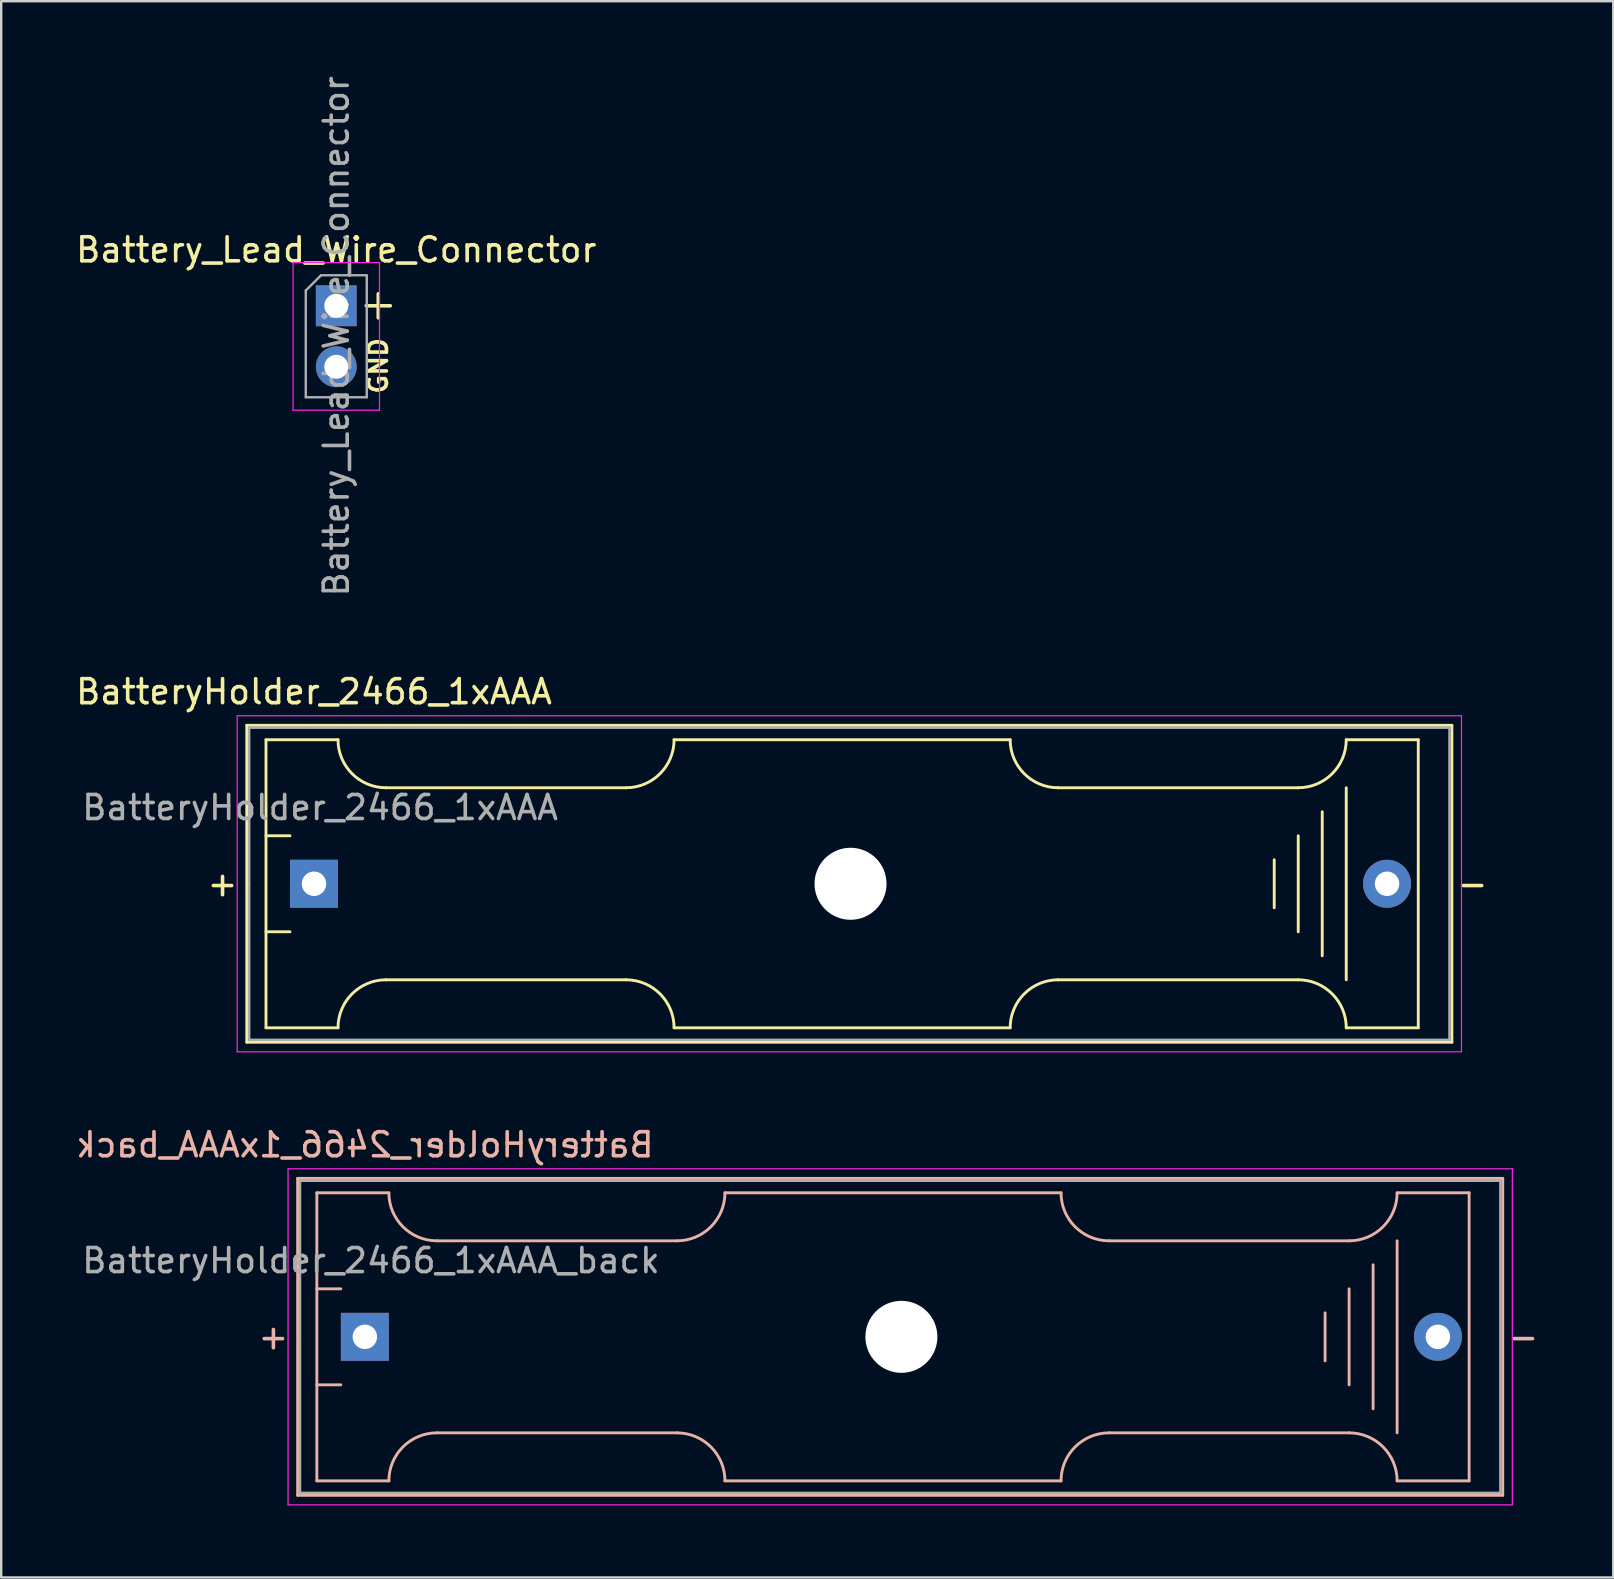
<source format=kicad_pcb>
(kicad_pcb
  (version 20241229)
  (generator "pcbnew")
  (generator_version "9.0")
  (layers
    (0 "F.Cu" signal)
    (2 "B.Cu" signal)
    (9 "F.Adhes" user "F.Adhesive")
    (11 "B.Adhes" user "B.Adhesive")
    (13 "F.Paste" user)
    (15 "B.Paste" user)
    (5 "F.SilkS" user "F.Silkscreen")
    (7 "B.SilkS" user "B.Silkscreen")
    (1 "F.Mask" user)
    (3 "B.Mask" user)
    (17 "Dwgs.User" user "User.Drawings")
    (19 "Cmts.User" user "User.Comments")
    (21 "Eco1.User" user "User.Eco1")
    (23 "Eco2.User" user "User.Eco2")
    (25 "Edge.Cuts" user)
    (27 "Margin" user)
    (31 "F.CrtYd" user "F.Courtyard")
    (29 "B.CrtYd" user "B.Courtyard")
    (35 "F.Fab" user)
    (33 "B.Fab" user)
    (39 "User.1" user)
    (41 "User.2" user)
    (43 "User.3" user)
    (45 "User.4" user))
  (footprint "Battery_Lead_Wire_Connector"
    (layer "F.Cu")
    (at 10.958 9.688)
    (property "Reference" "Battery_Lead_Wire_Connector" (at 0 -2.33 0) (layer "F.SilkS") (effects (font (size 1 1) (thickness 0.15))))
    (attr through_hole)
    (fp_line (start 1.25 0) (end 2.25 0) (stroke (width 0.15) (type solid)) (layer "F.SilkS"))
    (fp_line (start 1.75 -0.5) (end 1.75 0.5) (stroke (width 0.15) (type solid)) (layer "F.SilkS"))
    (fp_line (start -1.8 -1.8) (end -1.8 4.35) (stroke (width 0.05) (type solid)) (layer "F.CrtYd"))
    (fp_line (start -1.8 4.35) (end 1.8 4.35) (stroke (width 0.05) (type solid)) (layer "F.CrtYd"))
    (fp_line (start 1.8 -1.8) (end -1.8 -1.8) (stroke (width 0.05) (type solid)) (layer "F.CrtYd"))
    (fp_line (start 1.8 4.35) (end 1.8 -1.8) (stroke (width 0.05) (type solid)) (layer "F.CrtYd"))
    (fp_line (start -1.27 -0.635) (end -0.635 -1.27) (stroke (width 0.1) (type solid)) (layer "F.Fab"))
    (fp_line (start -1.27 3.81) (end -1.27 -0.635) (stroke (width 0.1) (type solid)) (layer "F.Fab"))
    (fp_line (start -0.635 -1.27) (end 1.27 -1.27) (stroke (width 0.1) (type solid)) (layer "F.Fab"))
    (fp_line (start 1.27 -1.27) (end 1.27 3.81) (stroke (width 0.1) (type solid)) (layer "F.Fab"))
    (fp_line (start 1.27 3.81) (end -1.27 3.81) (stroke (width 0.1) (type solid)) (layer "F.Fab"))
    (fp_text user "GND" (at 1.75 2.5 90) (unlocked yes) (layer "F.SilkS") (effects (font (size 0.75 0.75) (thickness 0.15))))
    (fp_text user "${REFERENCE}" (at 0 1.27 90) (layer "F.Fab") (effects (font (size 1 1) (thickness 0.15))))
    (pad "1" thru_hole rect (at 0 0) (size 1.7 1.7) (drill 1) (layers "*.Cu" "*.Mask"))
    (pad "2" thru_hole oval (at 0 2.54) (size 1.7 1.7) (drill 1) (layers "*.Cu" "*.Mask")))
  (footprint "BatteryHolder_2466_1xAAA_back"
    (layer "F.Cu")
    (at 12.149 52.638)
    (property "Reference" "BatteryHolder_2466_1xAAA_back" (at 0 -8 180) (layer "B.SilkS") (effects (font (size 1 1) (thickness 0.15)) (justify mirror)))
    (attr through_hole)
    (fp_line (start -2.8 -6.6) (end -2.8 6.6) (stroke (width 0.12) (type solid)) (layer "B.SilkS"))
    (fp_line (start -2.8 6.6) (end 47.4 6.6) (stroke (width 0.12) (type solid)) (layer "B.SilkS"))
    (fp_line (start -2 -6) (end -2 6) (stroke (width 0.12) (type solid)) (layer "B.SilkS"))
    (fp_line (start -2 -6) (end 1 -6) (stroke (width 0.12) (type solid)) (layer "B.SilkS"))
    (fp_line (start -2 -2) (end -1 -2) (stroke (width 0.12) (type solid)) (layer "B.SilkS"))
    (fp_line (start -2 6) (end 1 6) (stroke (width 0.12) (type solid)) (layer "B.SilkS"))
    (fp_line (start -1 2) (end -2 2) (stroke (width 0.12) (type solid)) (layer "B.SilkS"))
    (fp_line (start 3 -4) (end 13 -4) (stroke (width 0.12) (type solid)) (layer "B.SilkS"))
    (fp_line (start 3 4) (end 13 4) (stroke (width 0.12) (type solid)) (layer "B.SilkS"))
    (fp_line (start 15 6) (end 29 6) (stroke (width 0.12) (type solid)) (layer "B.SilkS"))
    (fp_line (start 29 -6) (end 15 -6) (stroke (width 0.12) (type solid)) (layer "B.SilkS"))
    (fp_line (start 40 -1) (end 40 1) (stroke (width 0.12) (type solid)) (layer "B.SilkS"))
    (fp_line (start 41 -4) (end 31 -4) (stroke (width 0.12) (type solid)) (layer "B.SilkS"))
    (fp_line (start 41 -2) (end 41 2) (stroke (width 0.12) (type solid)) (layer "B.SilkS"))
    (fp_line (start 41 4) (end 31 4) (stroke (width 0.12) (type solid)) (layer "B.SilkS"))
    (fp_line (start 42 3) (end 42 -3) (stroke (width 0.12) (type solid)) (layer "B.SilkS"))
    (fp_line (start 43 -4) (end 43 4) (stroke (width 0.12) (type solid)) (layer "B.SilkS"))
    (fp_line (start 46 -6) (end 43 -6) (stroke (width 0.12) (type solid)) (layer "B.SilkS"))
    (fp_line (start 46 -6) (end 46 6) (stroke (width 0.12) (type solid)) (layer "B.SilkS"))
    (fp_line (start 46 6) (end 43 6) (stroke (width 0.12) (type solid)) (layer "B.SilkS"))
    (fp_line (start 47.4 -6.6) (end -2.8 -6.6) (stroke (width 0.12) (type solid)) (layer "B.SilkS"))
    (fp_line (start 47.4 6.6) (end 47.4 -6.6) (stroke (width 0.12) (type solid)) (layer "B.SilkS"))
    (fp_arc (start 1 6) (mid 1.585786 4.585786) (end 3 4) (stroke (width 0.12) (type solid)) (layer "B.SilkS"))
    (fp_arc (start 3 -4) (mid 1.585786 -4.585786) (end 1 -6) (stroke (width 0.12) (type solid)) (layer "B.SilkS"))
    (fp_arc (start 13 4) (mid 14.414214 4.585786) (end 15 6) (stroke (width 0.12) (type solid)) (layer "B.SilkS"))
    (fp_arc (start 15 -6) (mid 14.414214 -4.585786) (end 13 -4) (stroke (width 0.12) (type solid)) (layer "B.SilkS"))
    (fp_arc (start 29 6) (mid 29.585786 4.585786) (end 31 4) (stroke (width 0.12) (type solid)) (layer "B.SilkS"))
    (fp_arc (start 31 -4) (mid 29.585786 -4.585786) (end 29 -6) (stroke (width 0.12) (type solid)) (layer "B.SilkS"))
    (fp_arc (start 41 4) (mid 42.414214 4.585786) (end 43 6) (stroke (width 0.12) (type solid)) (layer "B.SilkS"))
    (fp_arc (start 43 -6) (mid 42.414214 -4.585786) (end 41 -4) (stroke (width 0.12) (type solid)) (layer "B.SilkS"))
    (fp_line (start -3.2 -7) (end -3.2 7) (stroke (width 0.05) (type solid)) (layer "F.CrtYd"))
    (fp_line (start -3.2 7) (end 47.8 7) (stroke (width 0.05) (type solid)) (layer "F.CrtYd"))
    (fp_line (start 47.8 -7) (end -3.2 -7) (stroke (width 0.05) (type solid)) (layer "F.CrtYd"))
    (fp_line (start 47.8 7) (end 47.8 -7) (stroke (width 0.05) (type solid)) (layer "F.CrtYd"))
    (fp_line (start -2.7 -6.5) (end 47.3 -6.5) (stroke (width 0.1) (type solid)) (layer "F.Fab"))
    (fp_line (start -2.7 0) (end -2.7 -6.5) (stroke (width 0.1) (type solid)) (layer "F.Fab"))
    (fp_line (start -2.7 6.5) (end -2.7 0) (stroke (width 0.1) (type solid)) (layer "F.Fab"))
    (fp_line (start 47.3 -6.5) (end 47.3 6.5) (stroke (width 0.1) (type solid)) (layer "F.Fab"))
    (fp_line (start 47.3 6.5) (end -2.7 6.5) (stroke (width 0.1) (type solid)) (layer "F.Fab"))
    (fp_text user "-" (at 48.26 0 0) (layer "B.SilkS") (effects (font (size 1 1) (thickness 0.15))))
    (fp_text user "+" (at -3.81 0 0) (layer "B.SilkS") (effects (font (size 1 1) (thickness 0.15))))
    (fp_text user "${REFERENCE}" (at 0.254 -3.175 0) (layer "F.Fab") (effects (font (size 1 1) (thickness 0.15))))
    (pad "" np_thru_hole circle (at 22.35 0) (size 3 3) (drill 3) (layers "*.Cu" "*.Mask"))
    (pad "1" thru_hole rect (at 0 0) (size 2 2) (drill 1.02) (layers "*.Cu" "*.Mask"))
    (pad "2" thru_hole circle (at 44.7 0) (size 2 2) (drill 1.02) (layers "*.Cu" "*.Mask")))
  (footprint "BatteryHolder_2466_1xAAA"
    (layer "F.Cu")
    (at 10.03 33.765)
    (property "Reference" "BatteryHolder_2466_1xAAA" (at 0 -8 180) (layer "F.SilkS") (effects (font (size 1 1) (thickness 0.15))))
    (attr through_hole)
    (fp_line (start -2.8 -6.6) (end -2.8 6.6) (stroke (width 0.12) (type solid)) (layer "F.SilkS"))
    (fp_line (start -2.8 6.6) (end 47.4 6.6) (stroke (width 0.12) (type solid)) (layer "F.SilkS"))
    (fp_line (start -2 -6) (end -2 6) (stroke (width 0.12) (type solid)) (layer "F.SilkS"))
    (fp_line (start -2 -6) (end 1 -6) (stroke (width 0.12) (type solid)) (layer "F.SilkS"))
    (fp_line (start -2 -2) (end -1 -2) (stroke (width 0.12) (type solid)) (layer "F.SilkS"))
    (fp_line (start -2 6) (end 1 6) (stroke (width 0.12) (type solid)) (layer "F.SilkS"))
    (fp_line (start -1 2) (end -2 2) (stroke (width 0.12) (type solid)) (layer "F.SilkS"))
    (fp_line (start 3 -4) (end 13 -4) (stroke (width 0.12) (type solid)) (layer "F.SilkS"))
    (fp_line (start 3 4) (end 13 4) (stroke (width 0.12) (type solid)) (layer "F.SilkS"))
    (fp_line (start 15 6) (end 29 6) (stroke (width 0.12) (type solid)) (layer "F.SilkS"))
    (fp_line (start 29 -6) (end 15 -6) (stroke (width 0.12) (type solid)) (layer "F.SilkS"))
    (fp_line (start 40 -1) (end 40 1) (stroke (width 0.12) (type solid)) (layer "F.SilkS"))
    (fp_line (start 41 -4) (end 31 -4) (stroke (width 0.12) (type solid)) (layer "F.SilkS"))
    (fp_line (start 41 -2) (end 41 2) (stroke (width 0.12) (type solid)) (layer "F.SilkS"))
    (fp_line (start 41 4) (end 31 4) (stroke (width 0.12) (type solid)) (layer "F.SilkS"))
    (fp_line (start 42 3) (end 42 -3) (stroke (width 0.12) (type solid)) (layer "F.SilkS"))
    (fp_line (start 43 -4) (end 43 4) (stroke (width 0.12) (type solid)) (layer "F.SilkS"))
    (fp_line (start 46 -6) (end 43 -6) (stroke (width 0.12) (type solid)) (layer "F.SilkS"))
    (fp_line (start 46 -6) (end 46 6) (stroke (width 0.12) (type solid)) (layer "F.SilkS"))
    (fp_line (start 46 6) (end 43 6) (stroke (width 0.12) (type solid)) (layer "F.SilkS"))
    (fp_line (start 47.4 -6.6) (end -2.8 -6.6) (stroke (width 0.12) (type solid)) (layer "F.SilkS"))
    (fp_line (start 47.4 6.6) (end 47.4 -6.6) (stroke (width 0.12) (type solid)) (layer "F.SilkS"))
    (fp_arc (start 1 6) (mid 1.585786 4.585786) (end 3 4) (stroke (width 0.12) (type solid)) (layer "F.SilkS"))
    (fp_arc (start 3 -4) (mid 1.585786 -4.585786) (end 1 -6) (stroke (width 0.12) (type solid)) (layer "F.SilkS"))
    (fp_arc (start 13 4) (mid 14.414214 4.585786) (end 15 6) (stroke (width 0.12) (type solid)) (layer "F.SilkS"))
    (fp_arc (start 15 -6) (mid 14.414214 -4.585786) (end 13 -4) (stroke (width 0.12) (type solid)) (layer "F.SilkS"))
    (fp_arc (start 29 6) (mid 29.585786 4.585786) (end 31 4) (stroke (width 0.12) (type solid)) (layer "F.SilkS"))
    (fp_arc (start 31 -4) (mid 29.585786 -4.585786) (end 29 -6) (stroke (width 0.12) (type solid)) (layer "F.SilkS"))
    (fp_arc (start 41 4) (mid 42.414214 4.585786) (end 43 6) (stroke (width 0.12) (type solid)) (layer "F.SilkS"))
    (fp_arc (start 43 -6) (mid 42.414214 -4.585786) (end 41 -4) (stroke (width 0.12) (type solid)) (layer "F.SilkS"))
    (fp_line (start -3.2 -7) (end -3.2 7) (stroke (width 0.05) (type solid)) (layer "F.CrtYd"))
    (fp_line (start -3.2 7) (end 47.8 7) (stroke (width 0.05) (type solid)) (layer "F.CrtYd"))
    (fp_line (start 47.8 -7) (end -3.2 -7) (stroke (width 0.05) (type solid)) (layer "F.CrtYd"))
    (fp_line (start 47.8 7) (end 47.8 -7) (stroke (width 0.05) (type solid)) (layer "F.CrtYd"))
    (fp_line (start -2.7 -6.5) (end 47.3 -6.5) (stroke (width 0.1) (type solid)) (layer "F.Fab"))
    (fp_line (start -2.7 0) (end -2.7 -6.5) (stroke (width 0.1) (type solid)) (layer "F.Fab"))
    (fp_line (start -2.7 6.5) (end -2.7 0) (stroke (width 0.1) (type solid)) (layer "F.Fab"))
    (fp_line (start 47.3 -6.5) (end 47.3 6.5) (stroke (width 0.1) (type solid)) (layer "F.Fab"))
    (fp_line (start 47.3 6.5) (end -2.7 6.5) (stroke (width 0.1) (type solid)) (layer "F.Fab"))
    (fp_text user "+" (at -3.81 0 0) (layer "F.SilkS") (effects (font (size 1 1) (thickness 0.15))))
    (fp_text user "-" (at 48.26 0 0) (layer "F.SilkS") (effects (font (size 1 1) (thickness 0.15))))
    (fp_text user "${REFERENCE}" (at 0.254 -3.175 0) (layer "F.Fab") (effects (font (size 1 1) (thickness 0.15))))
    (pad "" np_thru_hole circle (at 22.35 0) (size 3 3) (drill 3) (layers "*.Cu" "*.Mask"))
    (pad "1" thru_hole rect (at 0 0) (size 2 2) (drill 1.02) (layers "*.Cu" "*.Mask"))
    (pad "2" thru_hole circle (at 44.7 0) (size 2 2) (drill 1.02) (layers "*.Cu" "*.Mask")))
  (gr_rect
    (start -3 -3)
    (end 64.153 62.663)
    (stroke (width 0.1) (type default))
    (fill no)
    (layer "Edge.Cuts")))
</source>
